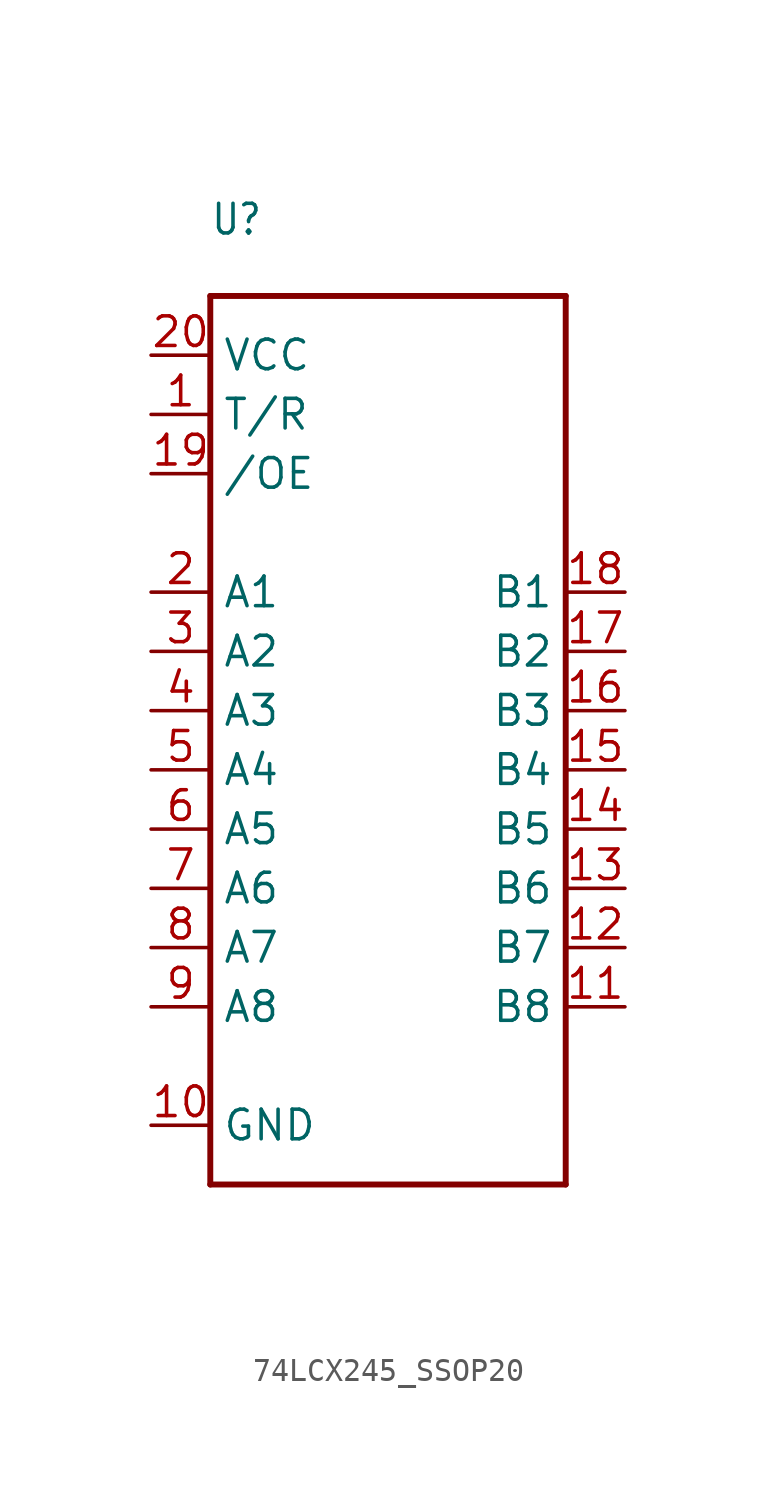
<source format=kicad_sym>
(kicad_symbol_lib
  (version 20231120)
  (generator "kicad_symbol_editor")
  (generator_version "8.0")
  (symbol "74LCX245_SSOP20"
    (property "Reference" "U"
      (at -7.62 22.86 0)
      (effects (font (size 1.27 1.079)) (justify left bottom)))
    (property "Value" ""
      (at -7.62 -20.32 0)
      (effects (font (size 1.27 1.079)) (justify left bottom)))
    (property "ki_locked" ""
      (at 0 0 0)
      (effects (font (size 1.27 1.27))))
    (symbol "74LCX245_SSOP20_1_0"
      (polyline (pts (xy -7.62 -17.78) (xy -7.62 20.32)) (stroke (width 0.254) (type solid)) (fill (type none)))
      (polyline (pts (xy -7.62 20.32) (xy 7.62 20.32)) (stroke (width 0.254) (type solid)) (fill (type none)))
      (polyline (pts (xy 7.62 -17.78) (xy -7.62 -17.78)) (stroke (width 0.254) (type solid)) (fill (type none)))
      (polyline (pts (xy 7.62 20.32) (xy 7.62 -17.78)) (stroke (width 0.254) (type solid)) (fill (type none)))
      (pin bidirectional line (at -10.16 15.24 0) (length 2.54) (name "T/R" (effects (font (size 1.27 1.27)))) (number "1" (effects (font (size 1.27 1.27)))))
      (pin bidirectional line (at -10.16 -15.24 0) (length 2.54) (name "GND" (effects (font (size 1.27 1.27)))) (number "10" (effects (font (size 1.27 1.27)))))
      (pin bidirectional line (at 10.16 -10.16 180) (length 2.54) (name "B8" (effects (font (size 1.27 1.27)))) (number "11" (effects (font (size 1.27 1.27)))))
      (pin bidirectional line (at 10.16 -7.62 180) (length 2.54) (name "B7" (effects (font (size 1.27 1.27)))) (number "12" (effects (font (size 1.27 1.27)))))
      (pin bidirectional line (at 10.16 -5.08 180) (length 2.54) (name "B6" (effects (font (size 1.27 1.27)))) (number "13" (effects (font (size 1.27 1.27)))))
      (pin bidirectional line (at 10.16 -2.54 180) (length 2.54) (name "B5" (effects (font (size 1.27 1.27)))) (number "14" (effects (font (size 1.27 1.27)))))
      (pin bidirectional line (at 10.16 0 180) (length 2.54) (name "B4" (effects (font (size 1.27 1.27)))) (number "15" (effects (font (size 1.27 1.27)))))
      (pin bidirectional line (at 10.16 2.54 180) (length 2.54) (name "B3" (effects (font (size 1.27 1.27)))) (number "16" (effects (font (size 1.27 1.27)))))
      (pin bidirectional line (at 10.16 5.08 180) (length 2.54) (name "B2" (effects (font (size 1.27 1.27)))) (number "17" (effects (font (size 1.27 1.27)))))
      (pin bidirectional line (at 10.16 7.62 180) (length 2.54) (name "B1" (effects (font (size 1.27 1.27)))) (number "18" (effects (font (size 1.27 1.27)))))
      (pin bidirectional line (at -10.16 12.7 0) (length 2.54) (name "/OE" (effects (font (size 1.27 1.27)))) (number "19" (effects (font (size 1.27 1.27)))))
      (pin bidirectional line (at -10.16 7.62 0) (length 2.54) (name "A1" (effects (font (size 1.27 1.27)))) (number "2" (effects (font (size 1.27 1.27)))))
      (pin bidirectional line (at -10.16 17.78 0) (length 2.54) (name "VCC" (effects (font (size 1.27 1.27)))) (number "20" (effects (font (size 1.27 1.27)))))
      (pin bidirectional line (at -10.16 5.08 0) (length 2.54) (name "A2" (effects (font (size 1.27 1.27)))) (number "3" (effects (font (size 1.27 1.27)))))
      (pin bidirectional line (at -10.16 2.54 0) (length 2.54) (name "A3" (effects (font (size 1.27 1.27)))) (number "4" (effects (font (size 1.27 1.27)))))
      (pin bidirectional line (at -10.16 0 0) (length 2.54) (name "A4" (effects (font (size 1.27 1.27)))) (number "5" (effects (font (size 1.27 1.27)))))
      (pin bidirectional line (at -10.16 -2.54 0) (length 2.54) (name "A5" (effects (font (size 1.27 1.27)))) (number "6" (effects (font (size 1.27 1.27)))))
      (pin bidirectional line (at -10.16 -5.08 0) (length 2.54) (name "A6" (effects (font (size 1.27 1.27)))) (number "7" (effects (font (size 1.27 1.27)))))
      (pin bidirectional line (at -10.16 -7.62 0) (length 2.54) (name "A7" (effects (font (size 1.27 1.27)))) (number "8" (effects (font (size 1.27 1.27)))))
      (pin bidirectional line (at -10.16 -10.16 0) (length 2.54) (name "A8" (effects (font (size 1.27 1.27)))) (number "9" (effects (font (size 1.27 1.27))))))))
</source>
